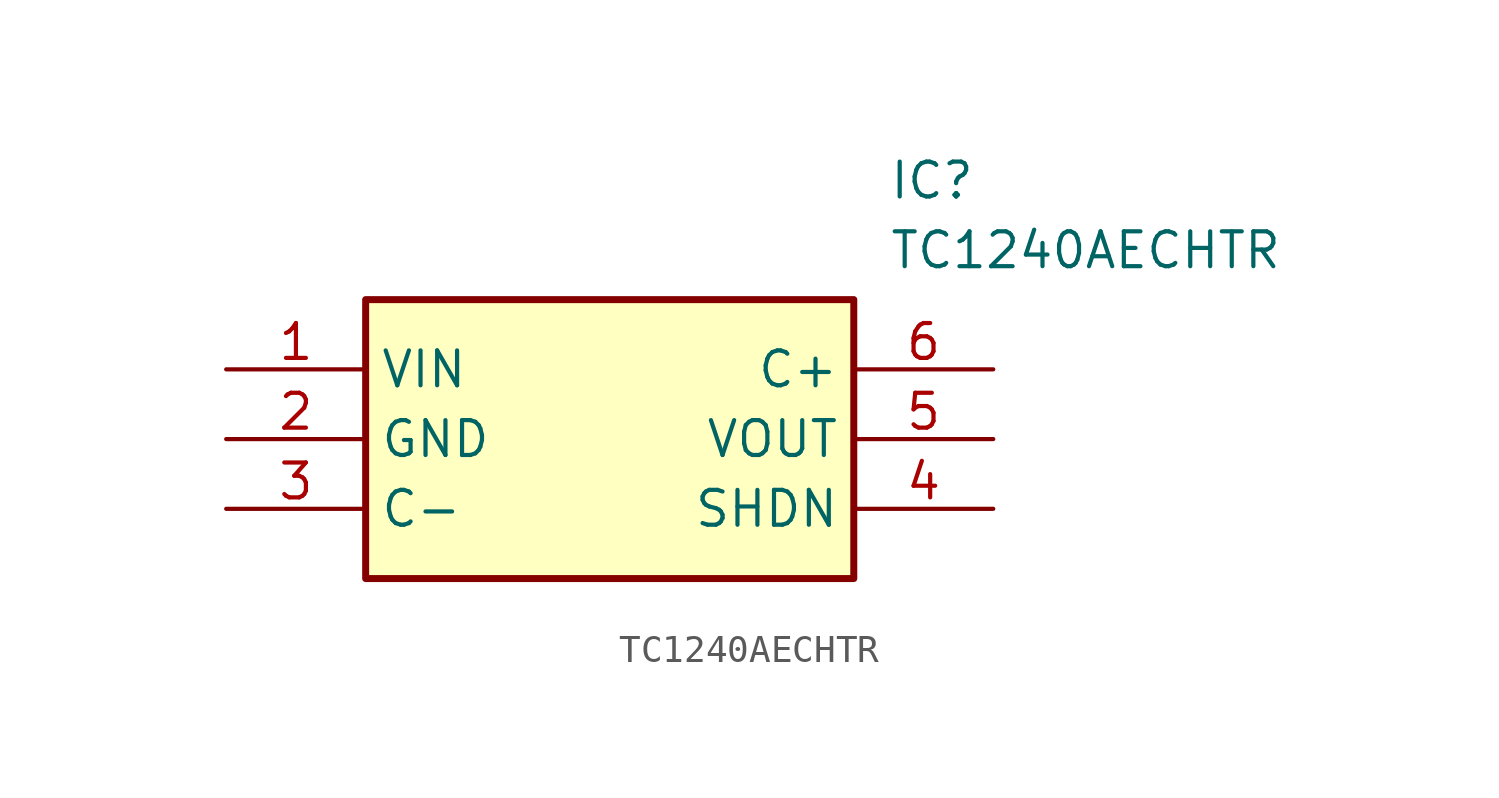
<source format=kicad_sym>
(kicad_symbol_lib
  (version 20211014)
  (generator SamacSys_ECAD_Model)
  (symbol "TC1240AECHTR"
    (property "Reference" "IC"
      (at 24.13 7.62 0)
      (effects (font (size 1.27 1.27)) (justify left top)))
    (property "Value" "TC1240AECHTR"
      (at 24.13 5.08 0)
      (effects (font (size 1.27 1.27)) (justify left top)))
    (rectangle
      (start 5.08 2.54)
      (end 22.86 -7.62)
      (stroke (width 0.254) (type default))
      (fill (type background)))
    (pin passive line
      (at 0 0 0)
      (length 5.08)
      (name "VIN" (effects (font (size 1.27 1.27))))
      (number "1" (effects (font (size 1.27 1.27)))))
    (pin passive line
      (at 0 -2.54 0)
      (length 5.08)
      (name "GND" (effects (font (size 1.27 1.27))))
      (number "2" (effects (font (size 1.27 1.27)))))
    (pin passive line
      (at 0 -5.08 0)
      (length 5.08)
      (name "C-" (effects (font (size 1.27 1.27))))
      (number "3" (effects (font (size 1.27 1.27)))))
    (pin passive line
      (at 27.94 0 180)
      (length 5.08)
      (name "C+" (effects (font (size 1.27 1.27))))
      (number "6" (effects (font (size 1.27 1.27)))))
    (pin passive line
      (at 27.94 -2.54 180)
      (length 5.08)
      (name "VOUT" (effects (font (size 1.27 1.27))))
      (number "5" (effects (font (size 1.27 1.27)))))
    (pin passive line
      (at 27.94 -5.08 180)
      (length 5.08)
      (name "SHDN" (effects (font (size 1.27 1.27))))
      (number "4" (effects (font (size 1.27 1.27)))))))
</source>
